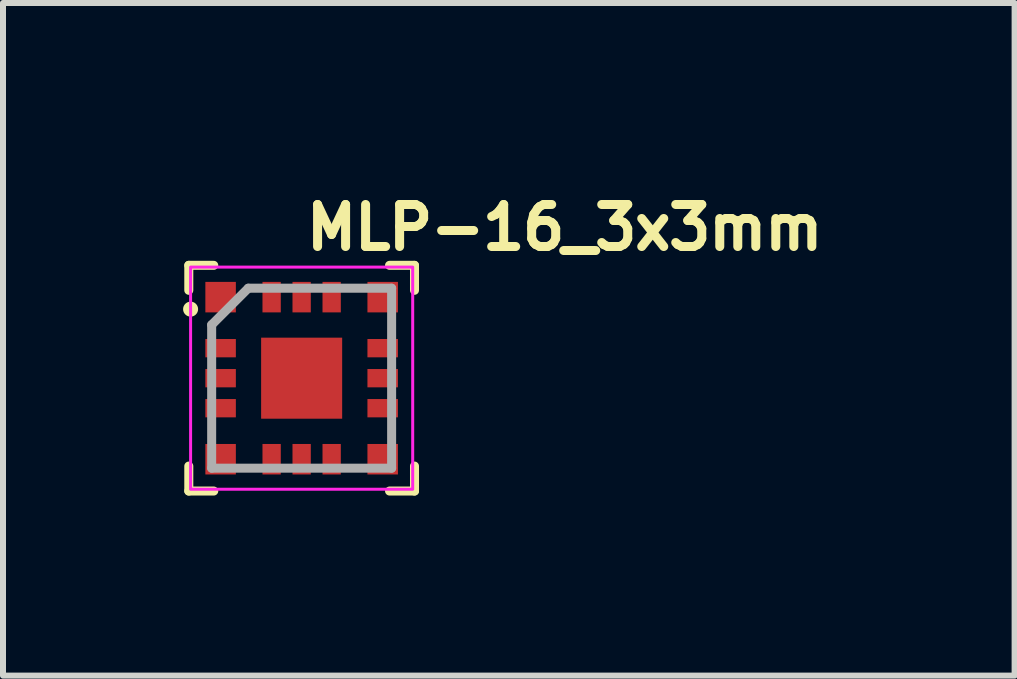
<source format=kicad_pcb>
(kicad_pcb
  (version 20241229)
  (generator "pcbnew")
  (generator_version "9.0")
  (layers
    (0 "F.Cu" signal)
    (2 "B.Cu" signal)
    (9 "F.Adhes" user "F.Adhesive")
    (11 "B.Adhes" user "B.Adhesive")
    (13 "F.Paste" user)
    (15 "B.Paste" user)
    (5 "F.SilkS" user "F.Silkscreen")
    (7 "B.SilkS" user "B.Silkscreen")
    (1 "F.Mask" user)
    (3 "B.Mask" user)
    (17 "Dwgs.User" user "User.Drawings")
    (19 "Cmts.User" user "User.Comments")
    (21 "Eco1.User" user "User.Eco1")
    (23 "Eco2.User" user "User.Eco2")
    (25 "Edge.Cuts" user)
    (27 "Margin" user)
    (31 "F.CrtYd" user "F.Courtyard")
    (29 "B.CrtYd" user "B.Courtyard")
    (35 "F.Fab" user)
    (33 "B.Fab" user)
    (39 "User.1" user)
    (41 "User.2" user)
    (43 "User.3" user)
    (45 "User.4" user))
  (footprint "MLP-16_3x3mm"
    (layer "F.Cu")
    (at 1.975 3.25)
    (property "Reference" "MLP-16_3x3mm" (at 0 -2.1 0) (unlocked yes) (layer "F.SilkS") (effects (font (size 0.7 0.7) (thickness 0.15)) (justify left bottom)))
    (attr smd)
    (fp_line (start -1.88 -1.88) (end -1.88 -1.464) (stroke (width 0.15) (type solid)) (layer "F.SilkS"))
    (fp_line (start -1.88 1.464) (end -1.88 1.88) (stroke (width 0.15) (type solid)) (layer "F.SilkS"))
    (fp_line (start -1.464 -1.88) (end -1.88 -1.88) (stroke (width 0.15) (type solid)) (layer "F.SilkS"))
    (fp_line (start -1.464 1.88) (end -1.88 1.88) (stroke (width 0.15) (type solid)) (layer "F.SilkS"))
    (fp_line (start 1.88 -1.88) (end 1.464 -1.88) (stroke (width 0.15) (type solid)) (layer "F.SilkS"))
    (fp_line (start 1.88 -1.88) (end 1.88 -1.464) (stroke (width 0.15) (type solid)) (layer "F.SilkS"))
    (fp_line (start 1.88 1.464) (end 1.88 1.88) (stroke (width 0.15) (type solid)) (layer "F.SilkS"))
    (fp_line (start 1.88 1.88) (end 1.464 1.88) (stroke (width 0.15) (type solid)) (layer "F.SilkS"))
    (fp_circle (center -1.85 -1.15) (end -1.8 -1.15) (stroke (width 0.15) (type solid)) (fill yes) (layer "F.SilkS"))
    (fp_rect (start -1.85 -1.85) (end 1.85 1.85) (stroke (width 0.05) (type solid)) (fill no) (layer "F.CrtYd"))
    (fp_line (start -1.499 -0.889) (end -1.499 1.499) (stroke (width 0.15) (type solid)) (layer "F.Fab"))
    (fp_line (start -0.889 -1.499) (end -1.499 -0.889) (stroke (width 0.15) (type solid)) (layer "F.Fab"))
    (fp_line (start 1.499 -1.499) (end -0.889 -1.499) (stroke (width 0.15) (type solid)) (layer "F.Fab"))
    (fp_line (start 1.499 -1.499) (end 1.499 1.499) (stroke (width 0.15) (type solid)) (layer "F.Fab"))
    (fp_line (start 1.499 1.499) (end -1.499 1.499) (stroke (width 0.15) (type solid)) (layer "F.Fab"))
    (fp_rect (start -1.604 -1.604) (end 1.604 1.604) (stroke (width 0.1) (type solid)) (fill no) (layer "User.5"))
    (fp_line (start -1.604 -1.604) (end -1.604 -1.096) (stroke (width 0.02) (type solid)) (layer "User.9"))
    (fp_line (start -1.604 -1.096) (end -1.499 -1.096) (stroke (width 0.02) (type solid)) (layer "User.9"))
    (fp_line (start -1.604 1.096) (end -1.604 1.604) (stroke (width 0.02) (type solid)) (layer "User.9"))
    (fp_line (start -1.604 1.604) (end -1.096 1.604) (stroke (width 0.02) (type solid)) (layer "User.9"))
    (fp_line (start -1.499 -1.499) (end -1.499 1.499) (stroke (width 0.02) (type solid)) (layer "User.9"))
    (fp_line (start -1.499 1.096) (end -1.604 1.096) (stroke (width 0.02) (type solid)) (layer "User.9"))
    (fp_line (start -1.499 1.499) (end 1.499 1.499) (stroke (width 0.02) (type solid)) (layer "User.9"))
    (fp_line (start -1.274 -0.508) (end -1.274 -0.504) (stroke (width 0.02) (type solid)) (layer "User.9"))
    (fp_line (start -1.274 -0.504) (end -1.274 -0.5) (stroke (width 0.02) (type solid)) (layer "User.9"))
    (fp_line (start -1.274 -0.5) (end -1.274 -0.5) (stroke (width 0.02) (type solid)) (layer "User.9"))
    (fp_line (start -1.274 -0.5) (end -1.274 -0.496) (stroke (width 0.02) (type solid)) (layer "User.9"))
    (fp_line (start -1.274 -0.496) (end -1.274 -0.492) (stroke (width 0.02) (type solid)) (layer "User.9"))
    (fp_line (start -1.274 -0.492) (end -1.273 -0.489) (stroke (width 0.02) (type solid)) (layer "User.9"))
    (fp_line (start -1.273 -0.511) (end -1.274 -0.508) (stroke (width 0.02) (type solid)) (layer "User.9"))
    (fp_line (start -1.273 -0.489) (end -1.272 -0.485) (stroke (width 0.02) (type solid)) (layer "User.9"))
    (fp_line (start -1.272 -0.519) (end -1.272 -0.515) (stroke (width 0.02) (type solid)) (layer "User.9"))
    (fp_line (start -1.272 -0.515) (end -1.273 -0.511) (stroke (width 0.02) (type solid)) (layer "User.9"))
    (fp_line (start -1.272 -0.485) (end -1.272 -0.481) (stroke (width 0.02) (type solid)) (layer "User.9"))
    (fp_line (start -1.272 -0.481) (end -1.271 -0.478) (stroke (width 0.02) (type solid)) (layer "User.9"))
    (fp_line (start -1.271 -0.522) (end -1.272 -0.519) (stroke (width 0.02) (type solid)) (layer "User.9"))
    (fp_line (start -1.271 -0.478) (end -1.269 -0.474) (stroke (width 0.02) (type solid)) (layer "User.9"))
    (fp_line (start -1.269 -0.526) (end -1.271 -0.522) (stroke (width 0.02) (type solid)) (layer "User.9"))
    (fp_line (start -1.269 -0.474) (end -1.268 -0.471) (stroke (width 0.02) (type solid)) (layer "User.9"))
    (fp_line (start -1.268 -0.529) (end -1.269 -0.526) (stroke (width 0.02) (type solid)) (layer "User.9"))
    (fp_line (start -1.268 -0.471) (end -1.267 -0.468) (stroke (width 0.02) (type solid)) (layer "User.9"))
    (fp_line (start -1.267 -0.532) (end -1.268 -0.529) (stroke (width 0.02) (type solid)) (layer "User.9"))
    (fp_line (start -1.267 -0.468) (end -1.265 -0.464) (stroke (width 0.02) (type solid)) (layer "User.9"))
    (fp_line (start -1.265 -0.536) (end -1.267 -0.532) (stroke (width 0.02) (type solid)) (layer "User.9"))
    (fp_line (start -1.265 -0.464) (end -1.263 -0.461) (stroke (width 0.02) (type solid)) (layer "User.9"))
    (fp_line (start -1.263 -0.539) (end -1.265 -0.536) (stroke (width 0.02) (type solid)) (layer "User.9"))
    (fp_line (start -1.263 -0.461) (end -1.261 -0.458) (stroke (width 0.02) (type solid)) (layer "User.9"))
    (fp_line (start -1.261 -0.542) (end -1.263 -0.539) (stroke (width 0.02) (type solid)) (layer "User.9"))
    (fp_line (start -1.261 -0.458) (end -1.259 -0.455) (stroke (width 0.02) (type solid)) (layer "User.9"))
    (fp_line (start -1.259 -0.545) (end -1.261 -0.542) (stroke (width 0.02) (type solid)) (layer "User.9"))
    (fp_line (start -1.259 -0.455) (end -1.257 -0.452) (stroke (width 0.02) (type solid)) (layer "User.9"))
    (fp_line (start -1.257 -0.548) (end -1.259 -0.545) (stroke (width 0.02) (type solid)) (layer "User.9"))
    (fp_line (start -1.257 -0.452) (end -1.254 -0.45) (stroke (width 0.02) (type solid)) (layer "User.9"))
    (fp_line (start -1.254 -0.55) (end -1.257 -0.548) (stroke (width 0.02) (type solid)) (layer "User.9"))
    (fp_line (start -1.254 -0.45) (end -1.252 -0.447) (stroke (width 0.02) (type solid)) (layer "User.9"))
    (fp_line (start -1.252 -0.553) (end -1.254 -0.55) (stroke (width 0.02) (type solid)) (layer "User.9"))
    (fp_line (start -1.252 -0.447) (end -1.249 -0.445) (stroke (width 0.02) (type solid)) (layer "User.9"))
    (fp_line (start -1.249 -0.555) (end -1.252 -0.553) (stroke (width 0.02) (type solid)) (layer "User.9"))
    (fp_line (start -1.249 -0.445) (end -1.247 -0.442) (stroke (width 0.02) (type solid)) (layer "User.9"))
    (fp_line (start -1.247 -0.558) (end -1.249 -0.555) (stroke (width 0.02) (type solid)) (layer "User.9"))
    (fp_line (start -1.247 -0.442) (end -1.244 -0.44) (stroke (width 0.02) (type solid)) (layer "User.9"))
    (fp_line (start -1.244 -0.56) (end -1.247 -0.558) (stroke (width 0.02) (type solid)) (layer "User.9"))
    (fp_line (start -1.244 -0.44) (end -1.241 -0.438) (stroke (width 0.02) (type solid)) (layer "User.9"))
    (fp_line (start -1.241 -0.562) (end -1.244 -0.56) (stroke (width 0.02) (type solid)) (layer "User.9"))
    (fp_line (start -1.241 -0.438) (end -1.238 -0.436) (stroke (width 0.02) (type solid)) (layer "User.9"))
    (fp_line (start -1.238 -0.564) (end -1.241 -0.562) (stroke (width 0.02) (type solid)) (layer "User.9"))
    (fp_line (start -1.238 -0.436) (end -1.235 -0.434) (stroke (width 0.02) (type solid)) (layer "User.9"))
    (fp_line (start -1.235 -0.566) (end -1.238 -0.564) (stroke (width 0.02) (type solid)) (layer "User.9"))
    (fp_line (start -1.235 -0.434) (end -1.231 -0.432) (stroke (width 0.02) (type solid)) (layer "User.9"))
    (fp_line (start -1.231 -0.568) (end -1.235 -0.566) (stroke (width 0.02) (type solid)) (layer "User.9"))
    (fp_line (start -1.231 -0.432) (end -1.228 -0.431) (stroke (width 0.02) (type solid)) (layer "User.9"))
    (fp_line (start -1.228 -0.569) (end -1.231 -0.568) (stroke (width 0.02) (type solid)) (layer "User.9"))
    (fp_line (start -1.228 -0.431) (end -1.225 -0.43) (stroke (width 0.02) (type solid)) (layer "User.9"))
    (fp_line (start -1.225 -0.57) (end -1.228 -0.569) (stroke (width 0.02) (type solid)) (layer "User.9"))
    (fp_line (start -1.225 -0.43) (end -1.221 -0.428) (stroke (width 0.02) (type solid)) (layer "User.9"))
    (fp_line (start -1.221 -0.572) (end -1.225 -0.57) (stroke (width 0.02) (type solid)) (layer "User.9"))
    (fp_line (start -1.221 -0.428) (end -1.218 -0.427) (stroke (width 0.02) (type solid)) (layer "User.9"))
    (fp_line (start -1.218 -0.573) (end -1.221 -0.572) (stroke (width 0.02) (type solid)) (layer "User.9"))
    (fp_line (start -1.218 -0.427) (end -1.214 -0.427) (stroke (width 0.02) (type solid)) (layer "User.9"))
    (fp_line (start -1.214 -0.573) (end -1.218 -0.573) (stroke (width 0.02) (type solid)) (layer "User.9"))
    (fp_line (start -1.214 -0.427) (end -1.21 -0.426) (stroke (width 0.02) (type solid)) (layer "User.9"))
    (fp_line (start -1.21 -0.574) (end -1.214 -0.573) (stroke (width 0.02) (type solid)) (layer "User.9"))
    (fp_line (start -1.21 -0.426) (end -1.207 -0.425) (stroke (width 0.02) (type solid)) (layer "User.9"))
    (fp_line (start -1.207 -0.575) (end -1.21 -0.574) (stroke (width 0.02) (type solid)) (layer "User.9"))
    (fp_line (start -1.207 -0.425) (end -1.203 -0.425) (stroke (width 0.02) (type solid)) (layer "User.9"))
    (fp_line (start -1.203 -0.575) (end -1.207 -0.575) (stroke (width 0.02) (type solid)) (layer "User.9"))
    (fp_line (start -1.203 -0.425) (end -1.199 -0.425) (stroke (width 0.02) (type solid)) (layer "User.9"))
    (fp_line (start -1.199 -0.575) (end -1.203 -0.575) (stroke (width 0.02) (type solid)) (layer "User.9"))
    (fp_line (start -1.199 -0.575) (end -1.199 -0.575) (stroke (width 0.02) (type solid)) (layer "User.9"))
    (fp_line (start -1.199 -0.425) (end -1.199 -0.425) (stroke (width 0.02) (type solid)) (layer "User.9"))
    (fp_line (start -1.199 -0.425) (end -1.195 -0.425) (stroke (width 0.02) (type solid)) (layer "User.9"))
    (fp_line (start -1.195 -0.575) (end -1.199 -0.575) (stroke (width 0.02) (type solid)) (layer "User.9"))
    (fp_line (start -1.195 -0.425) (end -1.191 -0.425) (stroke (width 0.02) (type solid)) (layer "User.9"))
    (fp_line (start -1.191 -0.575) (end -1.195 -0.575) (stroke (width 0.02) (type solid)) (layer "User.9"))
    (fp_line (start -1.191 -0.425) (end -1.188 -0.426) (stroke (width 0.02) (type solid)) (layer "User.9"))
    (fp_line (start -1.188 -0.574) (end -1.191 -0.575) (stroke (width 0.02) (type solid)) (layer "User.9"))
    (fp_line (start -1.188 -0.426) (end -1.184 -0.427) (stroke (width 0.02) (type solid)) (layer "User.9"))
    (fp_line (start -1.184 -0.573) (end -1.188 -0.574) (stroke (width 0.02) (type solid)) (layer "User.9"))
    (fp_line (start -1.184 -0.427) (end -1.18 -0.427) (stroke (width 0.02) (type solid)) (layer "User.9"))
    (fp_line (start -1.18 -0.573) (end -1.184 -0.573) (stroke (width 0.02) (type solid)) (layer "User.9"))
    (fp_line (start -1.18 -0.427) (end -1.177 -0.428) (stroke (width 0.02) (type solid)) (layer "User.9"))
    (fp_line (start -1.177 -0.572) (end -1.18 -0.573) (stroke (width 0.02) (type solid)) (layer "User.9"))
    (fp_line (start -1.177 -0.428) (end -1.173 -0.43) (stroke (width 0.02) (type solid)) (layer "User.9"))
    (fp_line (start -1.173 -0.57) (end -1.177 -0.572) (stroke (width 0.02) (type solid)) (layer "User.9"))
    (fp_line (start -1.173 -0.43) (end -1.17 -0.431) (stroke (width 0.02) (type solid)) (layer "User.9"))
    (fp_line (start -1.17 -0.569) (end -1.173 -0.57) (stroke (width 0.02) (type solid)) (layer "User.9"))
    (fp_line (start -1.17 -0.431) (end -1.167 -0.432) (stroke (width 0.02) (type solid)) (layer "User.9"))
    (fp_line (start -1.167 -0.568) (end -1.17 -0.569) (stroke (width 0.02) (type solid)) (layer "User.9"))
    (fp_line (start -1.167 -0.432) (end -1.163 -0.434) (stroke (width 0.02) (type solid)) (layer "User.9"))
    (fp_line (start -1.163 -0.566) (end -1.167 -0.568) (stroke (width 0.02) (type solid)) (layer "User.9"))
    (fp_line (start -1.163 -0.434) (end -1.16 -0.436) (stroke (width 0.02) (type solid)) (layer "User.9"))
    (fp_line (start -1.16 -0.564) (end -1.163 -0.566) (stroke (width 0.02) (type solid)) (layer "User.9"))
    (fp_line (start -1.16 -0.436) (end -1.157 -0.438) (stroke (width 0.02) (type solid)) (layer "User.9"))
    (fp_line (start -1.157 -0.562) (end -1.16 -0.564) (stroke (width 0.02) (type solid)) (layer "User.9"))
    (fp_line (start -1.157 -0.438) (end -1.154 -0.44) (stroke (width 0.02) (type solid)) (layer "User.9"))
    (fp_line (start -1.154 -0.56) (end -1.157 -0.562) (stroke (width 0.02) (type solid)) (layer "User.9"))
    (fp_line (start -1.154 -0.44) (end -1.151 -0.442) (stroke (width 0.02) (type solid)) (layer "User.9"))
    (fp_line (start -1.151 -0.558) (end -1.154 -0.56) (stroke (width 0.02) (type solid)) (layer "User.9"))
    (fp_line (start -1.151 -0.442) (end -1.149 -0.445) (stroke (width 0.02) (type solid)) (layer "User.9"))
    (fp_line (start -1.149 -0.555) (end -1.151 -0.558) (stroke (width 0.02) (type solid)) (layer "User.9"))
    (fp_line (start -1.149 -0.445) (end -1.146 -0.447) (stroke (width 0.02) (type solid)) (layer "User.9"))
    (fp_line (start -1.146 -0.553) (end -1.149 -0.555) (stroke (width 0.02) (type solid)) (layer "User.9"))
    (fp_line (start -1.146 -0.447) (end -1.144 -0.45) (stroke (width 0.02) (type solid)) (layer "User.9"))
    (fp_line (start -1.144 -0.55) (end -1.146 -0.553) (stroke (width 0.02) (type solid)) (layer "User.9"))
    (fp_line (start -1.144 -0.45) (end -1.141 -0.452) (stroke (width 0.02) (type solid)) (layer "User.9"))
    (fp_line (start -1.141 -0.548) (end -1.144 -0.55) (stroke (width 0.02) (type solid)) (layer "User.9"))
    (fp_line (start -1.141 -0.452) (end -1.139 -0.455) (stroke (width 0.02) (type solid)) (layer "User.9"))
    (fp_line (start -1.139 -0.545) (end -1.141 -0.548) (stroke (width 0.02) (type solid)) (layer "User.9"))
    (fp_line (start -1.139 -0.455) (end -1.137 -0.458) (stroke (width 0.02) (type solid)) (layer "User.9"))
    (fp_line (start -1.137 -0.542) (end -1.139 -0.545) (stroke (width 0.02) (type solid)) (layer "User.9"))
    (fp_line (start -1.137 -0.458) (end -1.135 -0.461) (stroke (width 0.02) (type solid)) (layer "User.9"))
    (fp_line (start -1.135 -0.539) (end -1.137 -0.542) (stroke (width 0.02) (type solid)) (layer "User.9"))
    (fp_line (start -1.135 -0.461) (end -1.133 -0.464) (stroke (width 0.02) (type solid)) (layer "User.9"))
    (fp_line (start -1.133 -0.536) (end -1.135 -0.539) (stroke (width 0.02) (type solid)) (layer "User.9"))
    (fp_line (start -1.133 -0.464) (end -1.131 -0.468) (stroke (width 0.02) (type solid)) (layer "User.9"))
    (fp_line (start -1.131 -0.532) (end -1.133 -0.536) (stroke (width 0.02) (type solid)) (layer "User.9"))
    (fp_line (start -1.131 -0.468) (end -1.13 -0.471) (stroke (width 0.02) (type solid)) (layer "User.9"))
    (fp_line (start -1.13 -0.529) (end -1.131 -0.532) (stroke (width 0.02) (type solid)) (layer "User.9"))
    (fp_line (start -1.13 -0.471) (end -1.129 -0.474) (stroke (width 0.02) (type solid)) (layer "User.9"))
    (fp_line (start -1.129 -0.526) (end -1.13 -0.529) (stroke (width 0.02) (type solid)) (layer "User.9"))
    (fp_line (start -1.129 -0.474) (end -1.127 -0.478) (stroke (width 0.02) (type solid)) (layer "User.9"))
    (fp_line (start -1.127 -0.522) (end -1.129 -0.526) (stroke (width 0.02) (type solid)) (layer "User.9"))
    (fp_line (start -1.127 -0.478) (end -1.126 -0.481) (stroke (width 0.02) (type solid)) (layer "User.9"))
    (fp_line (start -1.126 -0.519) (end -1.127 -0.522) (stroke (width 0.02) (type solid)) (layer "User.9"))
    (fp_line (start -1.126 -0.515) (end -1.126 -0.519) (stroke (width 0.02) (type solid)) (layer "User.9"))
    (fp_line (start -1.126 -0.485) (end -1.125 -0.489) (stroke (width 0.02) (type solid)) (layer "User.9"))
    (fp_line (start -1.126 -0.481) (end -1.126 -0.485) (stroke (width 0.02) (type solid)) (layer "User.9"))
    (fp_line (start -1.125 -0.511) (end -1.126 -0.515) (stroke (width 0.02) (type solid)) (layer "User.9"))
    (fp_line (start -1.125 -0.489) (end -1.124 -0.492) (stroke (width 0.02) (type solid)) (layer "User.9"))
    (fp_line (start -1.124 -0.508) (end -1.125 -0.511) (stroke (width 0.02) (type solid)) (layer "User.9"))
    (fp_line (start -1.124 -0.504) (end -1.124 -0.508) (stroke (width 0.02) (type solid)) (layer "User.9"))
    (fp_line (start -1.124 -0.5) (end -1.124 -0.504) (stroke (width 0.02) (type solid)) (layer "User.9"))
    (fp_line (start -1.124 -0.5) (end -1.124 -0.5) (stroke (width 0.02) (type solid)) (layer "User.9"))
    (fp_line (start -1.124 -0.5) (end -1.124 -0.5) (stroke (width 0.02) (type solid)) (layer "User.9"))
    (fp_line (start -1.124 -0.496) (end -1.124 -0.5) (stroke (width 0.02) (type solid)) (layer "User.9"))
    (fp_line (start -1.124 -0.492) (end -1.124 -0.496) (stroke (width 0.02) (type solid)) (layer "User.9"))
    (fp_line (start -1.096 -1.604) (end -1.604 -1.604) (stroke (width 0.02) (type solid)) (layer "User.9"))
    (fp_line (start -1.096 -1.499) (end -1.096 -1.604) (stroke (width 0.02) (type solid)) (layer "User.9"))
    (fp_line (start -1.096 1.604) (end -1.096 1.499) (stroke (width 0.02) (type solid)) (layer "User.9"))
    (fp_line (start 1.096 -1.604) (end 1.096 -1.499) (stroke (width 0.02) (type solid)) (layer "User.9"))
    (fp_line (start 1.096 1.499) (end 1.096 1.604) (stroke (width 0.02) (type solid)) (layer "User.9"))
    (fp_line (start 1.096 1.604) (end 1.604 1.604) (stroke (width 0.02) (type solid)) (layer "User.9"))
    (fp_line (start 1.499 -1.499) (end -1.499 -1.499) (stroke (width 0.02) (type solid)) (layer "User.9"))
    (fp_line (start 1.499 -1.096) (end 1.604 -1.096) (stroke (width 0.02) (type solid)) (layer "User.9"))
    (fp_line (start 1.499 1.499) (end 1.499 -1.499) (stroke (width 0.02) (type solid)) (layer "User.9"))
    (fp_line (start 1.604 -1.604) (end 1.096 -1.604) (stroke (width 0.02) (type solid)) (layer "User.9"))
    (fp_line (start 1.604 -1.096) (end 1.604 -1.604) (stroke (width 0.02) (type solid)) (layer "User.9"))
    (fp_line (start 1.604 1.096) (end 1.499 1.096) (stroke (width 0.02) (type solid)) (layer "User.9"))
    (fp_line (start 1.604 1.604) (end 1.604 1.096) (stroke (width 0.02) (type solid)) (layer "User.9"))
    (pad "1" smd rect (at -1.35 -1.35) (size 0.508 0.508) (layers "F.Cu" "F.Mask" "F.Paste"))
    (pad "2" smd rect (at -1.35 -0.5) (size 0.508 0.305) (layers "F.Cu" "F.Mask" "F.Paste"))
    (pad "3" smd rect (at -1.35 0) (size 0.508 0.305) (layers "F.Cu" "F.Mask" "F.Paste"))
    (pad "4" smd rect (at -1.35 0.5) (size 0.508 0.305) (layers "F.Cu" "F.Mask" "F.Paste"))
    (pad "5" smd rect (at -1.35 1.35) (size 0.508 0.508) (layers "F.Cu" "F.Mask" "F.Paste"))
    (pad "6" smd rect (at -0.5 1.35 90) (size 0.508 0.305) (layers "F.Cu" "F.Mask" "F.Paste"))
    (pad "7" smd rect (at 0 1.35 90) (size 0.508 0.305) (layers "F.Cu" "F.Mask" "F.Paste"))
    (pad "8" smd rect (at 0.5 1.35 90) (size 0.508 0.305) (layers "F.Cu" "F.Mask" "F.Paste"))
    (pad "9" smd rect (at 1.35 1.35) (size 0.508 0.508) (layers "F.Cu" "F.Mask" "F.Paste"))
    (pad "10" smd rect (at 1.35 0.5 180) (size 0.508 0.305) (layers "F.Cu" "F.Mask" "F.Paste"))
    (pad "11" smd rect (at 1.35 0 180) (size 0.508 0.305) (layers "F.Cu" "F.Mask" "F.Paste"))
    (pad "12" smd rect (at 1.35 -0.5 180) (size 0.508 0.305) (layers "F.Cu" "F.Mask" "F.Paste"))
    (pad "13" smd rect (at 1.35 -1.35) (size 0.508 0.508) (layers "F.Cu" "F.Mask" "F.Paste"))
    (pad "14" smd rect (at 0.5 -1.35 270) (size 0.508 0.305) (layers "F.Cu" "F.Mask" "F.Paste"))
    (pad "15" smd rect (at 0 -1.35 270) (size 0.508 0.305) (layers "F.Cu" "F.Mask" "F.Paste"))
    (pad "16" smd rect (at -0.5 -1.35 270) (size 0.508 0.305) (layers "F.Cu" "F.Mask" "F.Paste"))
    (pad "17" smd rect (at 0 0) (size 1.35 1.35) (layers "F.Cu" "F.Mask" "F.Paste")))
  (gr_rect
    (start -3 -3)
    (end 13.852 8.205)
    (stroke (width 0.1) (type default))
    (fill no)
    (layer "Edge.Cuts")))
</source>
